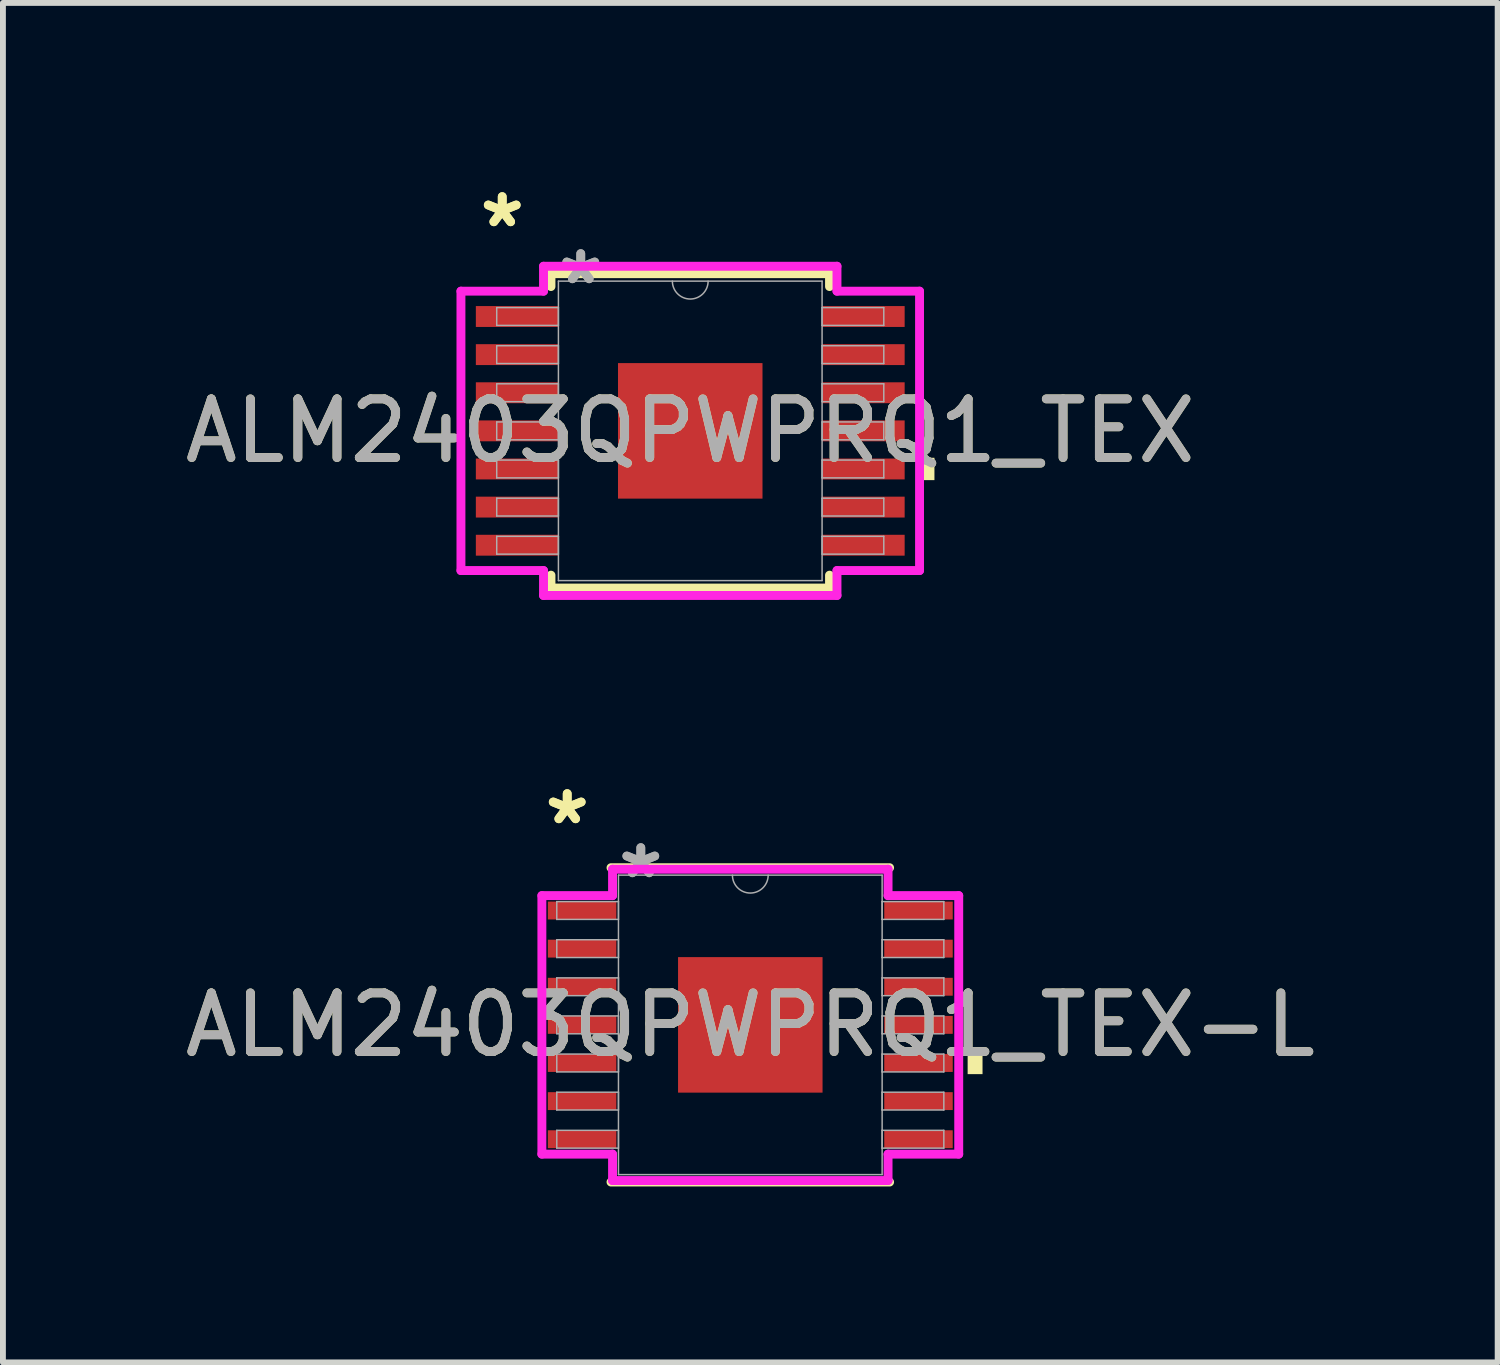
<source format=kicad_pcb>
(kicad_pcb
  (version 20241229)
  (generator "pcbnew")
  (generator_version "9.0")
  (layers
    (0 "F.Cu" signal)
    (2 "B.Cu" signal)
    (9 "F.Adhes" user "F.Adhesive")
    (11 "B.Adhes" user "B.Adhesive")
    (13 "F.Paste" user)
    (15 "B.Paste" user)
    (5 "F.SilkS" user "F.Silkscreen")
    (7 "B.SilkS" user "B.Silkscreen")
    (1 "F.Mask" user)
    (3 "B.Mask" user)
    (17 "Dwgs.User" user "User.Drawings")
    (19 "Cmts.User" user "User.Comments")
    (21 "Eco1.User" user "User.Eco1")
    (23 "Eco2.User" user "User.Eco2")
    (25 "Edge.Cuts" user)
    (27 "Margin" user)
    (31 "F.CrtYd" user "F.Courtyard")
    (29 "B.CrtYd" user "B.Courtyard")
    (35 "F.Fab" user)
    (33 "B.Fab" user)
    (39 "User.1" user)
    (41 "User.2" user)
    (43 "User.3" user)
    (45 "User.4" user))
  (footprint "ALM2403QPWPRQ1_TEX-L"
    (layer "F.Cu")
    (at 9.744 14.426)
    (property "Reference" "ALM2403QPWPRQ1_TEX-L" (at 0 0 0) (unlocked yes) (layer "F.SilkS") (effects (font (size 1 1) (thickness 0.15))))
    (attr smd)
    (fp_line (start -2.375 2.68) (end 2.375 2.68) (stroke (width 0.152) (type solid)) (layer "F.SilkS"))
    (fp_line (start 2.375 -2.68) (end -2.375 -2.68) (stroke (width 0.152) (type solid)) (layer "F.SilkS"))
    (fp_poly (pts (xy 3.96 0.459) (xy 3.96 0.84) (xy 3.706 0.84) (xy 3.706 0.459)) (stroke (width 0) (type solid)) (fill yes) (layer "F.SilkS"))
    (fp_line (start -3.554 -2.204) (end -2.349 -2.204) (stroke (width 0.152) (type solid)) (layer "F.CrtYd"))
    (fp_line (start -3.554 2.204) (end -3.554 -2.204) (stroke (width 0.152) (type solid)) (layer "F.CrtYd"))
    (fp_line (start -3.554 2.204) (end -2.349 2.204) (stroke (width 0.152) (type solid)) (layer "F.CrtYd"))
    (fp_line (start -2.349 -2.654) (end 2.349 -2.654) (stroke (width 0.152) (type solid)) (layer "F.CrtYd"))
    (fp_line (start -2.349 -2.204) (end -2.349 -2.654) (stroke (width 0.152) (type solid)) (layer "F.CrtYd"))
    (fp_line (start -2.349 2.654) (end -2.349 2.204) (stroke (width 0.152) (type solid)) (layer "F.CrtYd"))
    (fp_line (start 2.349 -2.654) (end 2.349 -2.204) (stroke (width 0.152) (type solid)) (layer "F.CrtYd"))
    (fp_line (start 2.349 2.204) (end 2.349 2.654) (stroke (width 0.152) (type solid)) (layer "F.CrtYd"))
    (fp_line (start 2.349 2.654) (end -2.349 2.654) (stroke (width 0.152) (type solid)) (layer "F.CrtYd"))
    (fp_line (start 3.554 -2.204) (end 2.349 -2.204) (stroke (width 0.152) (type solid)) (layer "F.CrtYd"))
    (fp_line (start 3.554 -2.204) (end 3.554 2.204) (stroke (width 0.152) (type solid)) (layer "F.CrtYd"))
    (fp_line (start 3.554 2.204) (end 2.349 2.204) (stroke (width 0.152) (type solid)) (layer "F.CrtYd"))
    (fp_line (start -3.3 -2.102) (end -3.3 -1.798) (stroke (width 0.025) (type solid)) (layer "F.Fab"))
    (fp_line (start -3.3 -1.798) (end -2.248 -1.798) (stroke (width 0.025) (type solid)) (layer "F.Fab"))
    (fp_line (start -3.3 -1.452) (end -3.3 -1.148) (stroke (width 0.025) (type solid)) (layer "F.Fab"))
    (fp_line (start -3.3 -1.148) (end -2.248 -1.148) (stroke (width 0.025) (type solid)) (layer "F.Fab"))
    (fp_line (start -3.3 -0.802) (end -3.3 -0.498) (stroke (width 0.025) (type solid)) (layer "F.Fab"))
    (fp_line (start -3.3 -0.498) (end -2.248 -0.498) (stroke (width 0.025) (type solid)) (layer "F.Fab"))
    (fp_line (start -3.3 -0.152) (end -3.3 0.152) (stroke (width 0.025) (type solid)) (layer "F.Fab"))
    (fp_line (start -3.3 0.152) (end -2.248 0.152) (stroke (width 0.025) (type solid)) (layer "F.Fab"))
    (fp_line (start -3.3 0.498) (end -3.3 0.802) (stroke (width 0.025) (type solid)) (layer "F.Fab"))
    (fp_line (start -3.3 0.802) (end -2.248 0.802) (stroke (width 0.025) (type solid)) (layer "F.Fab"))
    (fp_line (start -3.3 1.148) (end -3.3 1.452) (stroke (width 0.025) (type solid)) (layer "F.Fab"))
    (fp_line (start -3.3 1.452) (end -2.248 1.452) (stroke (width 0.025) (type solid)) (layer "F.Fab"))
    (fp_line (start -3.3 1.798) (end -3.3 2.102) (stroke (width 0.025) (type solid)) (layer "F.Fab"))
    (fp_line (start -3.3 2.102) (end -2.248 2.102) (stroke (width 0.025) (type solid)) (layer "F.Fab"))
    (fp_line (start -2.248 -2.553) (end -2.248 2.553) (stroke (width 0.025) (type solid)) (layer "F.Fab"))
    (fp_line (start -2.248 -2.102) (end -3.3 -2.102) (stroke (width 0.025) (type solid)) (layer "F.Fab"))
    (fp_line (start -2.248 -1.798) (end -2.248 -2.102) (stroke (width 0.025) (type solid)) (layer "F.Fab"))
    (fp_line (start -2.248 -1.452) (end -3.3 -1.452) (stroke (width 0.025) (type solid)) (layer "F.Fab"))
    (fp_line (start -2.248 -1.148) (end -2.248 -1.452) (stroke (width 0.025) (type solid)) (layer "F.Fab"))
    (fp_line (start -2.248 -0.802) (end -3.3 -0.802) (stroke (width 0.025) (type solid)) (layer "F.Fab"))
    (fp_line (start -2.248 -0.498) (end -2.248 -0.802) (stroke (width 0.025) (type solid)) (layer "F.Fab"))
    (fp_line (start -2.248 -0.152) (end -3.3 -0.152) (stroke (width 0.025) (type solid)) (layer "F.Fab"))
    (fp_line (start -2.248 0.152) (end -2.248 -0.152) (stroke (width 0.025) (type solid)) (layer "F.Fab"))
    (fp_line (start -2.248 0.498) (end -3.3 0.498) (stroke (width 0.025) (type solid)) (layer "F.Fab"))
    (fp_line (start -2.248 0.802) (end -2.248 0.498) (stroke (width 0.025) (type solid)) (layer "F.Fab"))
    (fp_line (start -2.248 1.148) (end -3.3 1.148) (stroke (width 0.025) (type solid)) (layer "F.Fab"))
    (fp_line (start -2.248 1.452) (end -2.248 1.148) (stroke (width 0.025) (type solid)) (layer "F.Fab"))
    (fp_line (start -2.248 1.798) (end -3.3 1.798) (stroke (width 0.025) (type solid)) (layer "F.Fab"))
    (fp_line (start -2.248 2.102) (end -2.248 1.798) (stroke (width 0.025) (type solid)) (layer "F.Fab"))
    (fp_line (start -2.248 2.553) (end 2.248 2.553) (stroke (width 0.025) (type solid)) (layer "F.Fab"))
    (fp_line (start 2.248 -2.553) (end -2.248 -2.553) (stroke (width 0.025) (type solid)) (layer "F.Fab"))
    (fp_line (start 2.248 -2.102) (end 2.248 -1.798) (stroke (width 0.025) (type solid)) (layer "F.Fab"))
    (fp_line (start 2.248 -1.798) (end 3.3 -1.798) (stroke (width 0.025) (type solid)) (layer "F.Fab"))
    (fp_line (start 2.248 -1.452) (end 2.248 -1.148) (stroke (width 0.025) (type solid)) (layer "F.Fab"))
    (fp_line (start 2.248 -1.148) (end 3.3 -1.148) (stroke (width 0.025) (type solid)) (layer "F.Fab"))
    (fp_line (start 2.248 -0.802) (end 2.248 -0.498) (stroke (width 0.025) (type solid)) (layer "F.Fab"))
    (fp_line (start 2.248 -0.498) (end 3.3 -0.498) (stroke (width 0.025) (type solid)) (layer "F.Fab"))
    (fp_line (start 2.248 -0.152) (end 2.248 0.152) (stroke (width 0.025) (type solid)) (layer "F.Fab"))
    (fp_line (start 2.248 0.152) (end 3.3 0.152) (stroke (width 0.025) (type solid)) (layer "F.Fab"))
    (fp_line (start 2.248 0.498) (end 2.248 0.802) (stroke (width 0.025) (type solid)) (layer "F.Fab"))
    (fp_line (start 2.248 0.802) (end 3.3 0.802) (stroke (width 0.025) (type solid)) (layer "F.Fab"))
    (fp_line (start 2.248 1.148) (end 2.248 1.452) (stroke (width 0.025) (type solid)) (layer "F.Fab"))
    (fp_line (start 2.248 1.452) (end 3.3 1.452) (stroke (width 0.025) (type solid)) (layer "F.Fab"))
    (fp_line (start 2.248 1.798) (end 2.248 2.102) (stroke (width 0.025) (type solid)) (layer "F.Fab"))
    (fp_line (start 2.248 2.102) (end 3.3 2.102) (stroke (width 0.025) (type solid)) (layer "F.Fab"))
    (fp_line (start 2.248 2.553) (end 2.248 -2.553) (stroke (width 0.025) (type solid)) (layer "F.Fab"))
    (fp_line (start 3.3 -2.102) (end 2.248 -2.102) (stroke (width 0.025) (type solid)) (layer "F.Fab"))
    (fp_line (start 3.3 -1.798) (end 3.3 -2.102) (stroke (width 0.025) (type solid)) (layer "F.Fab"))
    (fp_line (start 3.3 -1.452) (end 2.248 -1.452) (stroke (width 0.025) (type solid)) (layer "F.Fab"))
    (fp_line (start 3.3 -1.148) (end 3.3 -1.452) (stroke (width 0.025) (type solid)) (layer "F.Fab"))
    (fp_line (start 3.3 -0.802) (end 2.248 -0.802) (stroke (width 0.025) (type solid)) (layer "F.Fab"))
    (fp_line (start 3.3 -0.498) (end 3.3 -0.802) (stroke (width 0.025) (type solid)) (layer "F.Fab"))
    (fp_line (start 3.3 -0.152) (end 2.248 -0.152) (stroke (width 0.025) (type solid)) (layer "F.Fab"))
    (fp_line (start 3.3 0.152) (end 3.3 -0.152) (stroke (width 0.025) (type solid)) (layer "F.Fab"))
    (fp_line (start 3.3 0.498) (end 2.248 0.498) (stroke (width 0.025) (type solid)) (layer "F.Fab"))
    (fp_line (start 3.3 0.802) (end 3.3 0.498) (stroke (width 0.025) (type solid)) (layer "F.Fab"))
    (fp_line (start 3.3 1.148) (end 2.248 1.148) (stroke (width 0.025) (type solid)) (layer "F.Fab"))
    (fp_line (start 3.3 1.452) (end 3.3 1.148) (stroke (width 0.025) (type solid)) (layer "F.Fab"))
    (fp_line (start 3.3 1.798) (end 2.248 1.798) (stroke (width 0.025) (type solid)) (layer "F.Fab"))
    (fp_line (start 3.3 2.102) (end 3.3 1.798) (stroke (width 0.025) (type solid)) (layer "F.Fab"))
    (fp_arc (start 0.3048 -2.5527) (mid 0 -2.2479) (end -0.3048 -2.5527) (stroke (width 0.0254) (type solid)) (layer "F.Fab"))
    (fp_text user "*" (at -3.122 -3.398 0) (layer "F.SilkS") (effects (font (size 1 1) (thickness 0.15))))
    (fp_text user "*" (at -3.122 -3.398 0) (unlocked yes) (layer "F.SilkS") (effects (font (size 1 1) (thickness 0.15))))
    (fp_text user "*" (at -1.867 -2.477 0) (layer "F.Fab") (effects (font (size 1 1) (thickness 0.15))))
    (fp_text user "${REFERENCE}" (at 0 0 0) (unlocked yes) (layer "F.Fab") (effects (font (size 1 1) (thickness 0.15))))
    (fp_text user "*" (at -1.867 -2.477 0) (unlocked yes) (layer "F.Fab") (effects (font (size 1 1) (thickness 0.15))))
    (pad "1" smd rect (at -2.868 -1.95) (size 1.168 0.305) (layers "F.Cu" "F.Mask" "F.Paste"))
    (pad "2" smd rect (at -2.868 -1.3) (size 1.168 0.305) (layers "F.Cu" "F.Mask" "F.Paste"))
    (pad "3" smd rect (at -2.868 -0.65) (size 1.168 0.305) (layers "F.Cu" "F.Mask" "F.Paste"))
    (pad "4" smd rect (at -2.868 0) (size 1.168 0.305) (layers "F.Cu" "F.Mask" "F.Paste"))
    (pad "5" smd rect (at -2.868 0.65) (size 1.168 0.305) (layers "F.Cu" "F.Mask" "F.Paste"))
    (pad "6" smd rect (at -2.868 1.3) (size 1.168 0.305) (layers "F.Cu" "F.Mask" "F.Paste"))
    (pad "7" smd rect (at -2.868 1.95) (size 1.168 0.305) (layers "F.Cu" "F.Mask" "F.Paste"))
    (pad "8" smd rect (at 2.868 1.95) (size 1.168 0.305) (layers "F.Cu" "F.Mask" "F.Paste"))
    (pad "9" smd rect (at 2.868 1.3) (size 1.168 0.305) (layers "F.Cu" "F.Mask" "F.Paste"))
    (pad "10" smd rect (at 2.868 0.65) (size 1.168 0.305) (layers "F.Cu" "F.Mask" "F.Paste"))
    (pad "11" smd rect (at 2.868 0) (size 1.168 0.305) (layers "F.Cu" "F.Mask" "F.Paste"))
    (pad "12" smd rect (at 2.868 -0.65) (size 1.168 0.305) (layers "F.Cu" "F.Mask" "F.Paste"))
    (pad "13" smd rect (at 2.868 -1.3) (size 1.168 0.305) (layers "F.Cu" "F.Mask" "F.Paste"))
    (pad "14" smd rect (at 2.868 -1.95) (size 1.168 0.305) (layers "F.Cu" "F.Mask" "F.Paste"))
    (pad "EPAD" smd rect (at 0 0) (size 2.464 2.311) (layers "F.Cu" "F.Mask" "F.Paste")))
  (footprint "ALM2403QPWPRQ1_TEX"
    (layer "F.Cu")
    (at 8.72 4.297)
    (property "Reference" "ALM2403QPWPRQ1_TEX" (at 0 0 0) (unlocked yes) (layer "F.SilkS") (effects (font (size 1 1) (thickness 0.15))))
    (attr smd)
    (fp_line (start -2.375 -2.68) (end -2.375 -2.461) (stroke (width 0.152) (type solid)) (layer "F.SilkS"))
    (fp_line (start -2.375 2.461) (end -2.375 2.68) (stroke (width 0.152) (type solid)) (layer "F.SilkS"))
    (fp_line (start -2.375 2.68) (end 2.375 2.68) (stroke (width 0.152) (type solid)) (layer "F.SilkS"))
    (fp_line (start 2.375 -2.68) (end -2.375 -2.68) (stroke (width 0.152) (type solid)) (layer "F.SilkS"))
    (fp_line (start 2.375 -2.461) (end 2.375 -2.68) (stroke (width 0.152) (type solid)) (layer "F.SilkS"))
    (fp_line (start 2.375 2.68) (end 2.375 2.461) (stroke (width 0.152) (type solid)) (layer "F.SilkS"))
    (fp_poly (pts (xy 4.164 0.459) (xy 4.164 0.84) (xy 3.91 0.84) (xy 3.91 0.459)) (stroke (width 0) (type solid)) (fill yes) (layer "F.SilkS"))
    (fp_line (start -3.91 -2.382) (end -2.502 -2.382) (stroke (width 0.152) (type solid)) (layer "F.CrtYd"))
    (fp_line (start -3.91 2.382) (end -3.91 -2.382) (stroke (width 0.152) (type solid)) (layer "F.CrtYd"))
    (fp_line (start -3.91 2.382) (end -2.502 2.382) (stroke (width 0.152) (type solid)) (layer "F.CrtYd"))
    (fp_line (start -2.502 -2.807) (end 2.502 -2.807) (stroke (width 0.152) (type solid)) (layer "F.CrtYd"))
    (fp_line (start -2.502 -2.382) (end -2.502 -2.807) (stroke (width 0.152) (type solid)) (layer "F.CrtYd"))
    (fp_line (start -2.502 2.807) (end -2.502 2.382) (stroke (width 0.152) (type solid)) (layer "F.CrtYd"))
    (fp_line (start 2.502 -2.807) (end 2.502 -2.382) (stroke (width 0.152) (type solid)) (layer "F.CrtYd"))
    (fp_line (start 2.502 2.382) (end 2.502 2.807) (stroke (width 0.152) (type solid)) (layer "F.CrtYd"))
    (fp_line (start 2.502 2.807) (end -2.502 2.807) (stroke (width 0.152) (type solid)) (layer "F.CrtYd"))
    (fp_line (start 3.91 -2.382) (end 2.502 -2.382) (stroke (width 0.152) (type solid)) (layer "F.CrtYd"))
    (fp_line (start 3.91 -2.382) (end 3.91 2.382) (stroke (width 0.152) (type solid)) (layer "F.CrtYd"))
    (fp_line (start 3.91 2.382) (end 2.502 2.382) (stroke (width 0.152) (type solid)) (layer "F.CrtYd"))
    (fp_line (start -3.3 -2.102) (end -3.3 -1.798) (stroke (width 0.025) (type solid)) (layer "F.Fab"))
    (fp_line (start -3.3 -1.798) (end -2.248 -1.798) (stroke (width 0.025) (type solid)) (layer "F.Fab"))
    (fp_line (start -3.3 -1.452) (end -3.3 -1.148) (stroke (width 0.025) (type solid)) (layer "F.Fab"))
    (fp_line (start -3.3 -1.148) (end -2.248 -1.148) (stroke (width 0.025) (type solid)) (layer "F.Fab"))
    (fp_line (start -3.3 -0.802) (end -3.3 -0.498) (stroke (width 0.025) (type solid)) (layer "F.Fab"))
    (fp_line (start -3.3 -0.498) (end -2.248 -0.498) (stroke (width 0.025) (type solid)) (layer "F.Fab"))
    (fp_line (start -3.3 -0.152) (end -3.3 0.152) (stroke (width 0.025) (type solid)) (layer "F.Fab"))
    (fp_line (start -3.3 0.152) (end -2.248 0.152) (stroke (width 0.025) (type solid)) (layer "F.Fab"))
    (fp_line (start -3.3 0.498) (end -3.3 0.802) (stroke (width 0.025) (type solid)) (layer "F.Fab"))
    (fp_line (start -3.3 0.802) (end -2.248 0.802) (stroke (width 0.025) (type solid)) (layer "F.Fab"))
    (fp_line (start -3.3 1.148) (end -3.3 1.452) (stroke (width 0.025) (type solid)) (layer "F.Fab"))
    (fp_line (start -3.3 1.452) (end -2.248 1.452) (stroke (width 0.025) (type solid)) (layer "F.Fab"))
    (fp_line (start -3.3 1.798) (end -3.3 2.102) (stroke (width 0.025) (type solid)) (layer "F.Fab"))
    (fp_line (start -3.3 2.102) (end -2.248 2.102) (stroke (width 0.025) (type solid)) (layer "F.Fab"))
    (fp_line (start -2.248 -2.553) (end -2.248 2.553) (stroke (width 0.025) (type solid)) (layer "F.Fab"))
    (fp_line (start -2.248 -2.102) (end -3.3 -2.102) (stroke (width 0.025) (type solid)) (layer "F.Fab"))
    (fp_line (start -2.248 -1.798) (end -2.248 -2.102) (stroke (width 0.025) (type solid)) (layer "F.Fab"))
    (fp_line (start -2.248 -1.452) (end -3.3 -1.452) (stroke (width 0.025) (type solid)) (layer "F.Fab"))
    (fp_line (start -2.248 -1.148) (end -2.248 -1.452) (stroke (width 0.025) (type solid)) (layer "F.Fab"))
    (fp_line (start -2.248 -0.802) (end -3.3 -0.802) (stroke (width 0.025) (type solid)) (layer "F.Fab"))
    (fp_line (start -2.248 -0.498) (end -2.248 -0.802) (stroke (width 0.025) (type solid)) (layer "F.Fab"))
    (fp_line (start -2.248 -0.152) (end -3.3 -0.152) (stroke (width 0.025) (type solid)) (layer "F.Fab"))
    (fp_line (start -2.248 0.152) (end -2.248 -0.152) (stroke (width 0.025) (type solid)) (layer "F.Fab"))
    (fp_line (start -2.248 0.498) (end -3.3 0.498) (stroke (width 0.025) (type solid)) (layer "F.Fab"))
    (fp_line (start -2.248 0.802) (end -2.248 0.498) (stroke (width 0.025) (type solid)) (layer "F.Fab"))
    (fp_line (start -2.248 1.148) (end -3.3 1.148) (stroke (width 0.025) (type solid)) (layer "F.Fab"))
    (fp_line (start -2.248 1.452) (end -2.248 1.148) (stroke (width 0.025) (type solid)) (layer "F.Fab"))
    (fp_line (start -2.248 1.798) (end -3.3 1.798) (stroke (width 0.025) (type solid)) (layer "F.Fab"))
    (fp_line (start -2.248 2.102) (end -2.248 1.798) (stroke (width 0.025) (type solid)) (layer "F.Fab"))
    (fp_line (start -2.248 2.553) (end 2.248 2.553) (stroke (width 0.025) (type solid)) (layer "F.Fab"))
    (fp_line (start 2.248 -2.553) (end -2.248 -2.553) (stroke (width 0.025) (type solid)) (layer "F.Fab"))
    (fp_line (start 2.248 -2.102) (end 2.248 -1.798) (stroke (width 0.025) (type solid)) (layer "F.Fab"))
    (fp_line (start 2.248 -1.798) (end 3.3 -1.798) (stroke (width 0.025) (type solid)) (layer "F.Fab"))
    (fp_line (start 2.248 -1.452) (end 2.248 -1.148) (stroke (width 0.025) (type solid)) (layer "F.Fab"))
    (fp_line (start 2.248 -1.148) (end 3.3 -1.148) (stroke (width 0.025) (type solid)) (layer "F.Fab"))
    (fp_line (start 2.248 -0.802) (end 2.248 -0.498) (stroke (width 0.025) (type solid)) (layer "F.Fab"))
    (fp_line (start 2.248 -0.498) (end 3.3 -0.498) (stroke (width 0.025) (type solid)) (layer "F.Fab"))
    (fp_line (start 2.248 -0.152) (end 2.248 0.152) (stroke (width 0.025) (type solid)) (layer "F.Fab"))
    (fp_line (start 2.248 0.152) (end 3.3 0.152) (stroke (width 0.025) (type solid)) (layer "F.Fab"))
    (fp_line (start 2.248 0.498) (end 2.248 0.802) (stroke (width 0.025) (type solid)) (layer "F.Fab"))
    (fp_line (start 2.248 0.802) (end 3.3 0.802) (stroke (width 0.025) (type solid)) (layer "F.Fab"))
    (fp_line (start 2.248 1.148) (end 2.248 1.452) (stroke (width 0.025) (type solid)) (layer "F.Fab"))
    (fp_line (start 2.248 1.452) (end 3.3 1.452) (stroke (width 0.025) (type solid)) (layer "F.Fab"))
    (fp_line (start 2.248 1.798) (end 2.248 2.102) (stroke (width 0.025) (type solid)) (layer "F.Fab"))
    (fp_line (start 2.248 2.102) (end 3.3 2.102) (stroke (width 0.025) (type solid)) (layer "F.Fab"))
    (fp_line (start 2.248 2.553) (end 2.248 -2.553) (stroke (width 0.025) (type solid)) (layer "F.Fab"))
    (fp_line (start 3.3 -2.102) (end 2.248 -2.102) (stroke (width 0.025) (type solid)) (layer "F.Fab"))
    (fp_line (start 3.3 -1.798) (end 3.3 -2.102) (stroke (width 0.025) (type solid)) (layer "F.Fab"))
    (fp_line (start 3.3 -1.452) (end 2.248 -1.452) (stroke (width 0.025) (type solid)) (layer "F.Fab"))
    (fp_line (start 3.3 -1.148) (end 3.3 -1.452) (stroke (width 0.025) (type solid)) (layer "F.Fab"))
    (fp_line (start 3.3 -0.802) (end 2.248 -0.802) (stroke (width 0.025) (type solid)) (layer "F.Fab"))
    (fp_line (start 3.3 -0.498) (end 3.3 -0.802) (stroke (width 0.025) (type solid)) (layer "F.Fab"))
    (fp_line (start 3.3 -0.152) (end 2.248 -0.152) (stroke (width 0.025) (type solid)) (layer "F.Fab"))
    (fp_line (start 3.3 0.152) (end 3.3 -0.152) (stroke (width 0.025) (type solid)) (layer "F.Fab"))
    (fp_line (start 3.3 0.498) (end 2.248 0.498) (stroke (width 0.025) (type solid)) (layer "F.Fab"))
    (fp_line (start 3.3 0.802) (end 3.3 0.498) (stroke (width 0.025) (type solid)) (layer "F.Fab"))
    (fp_line (start 3.3 1.148) (end 2.248 1.148) (stroke (width 0.025) (type solid)) (layer "F.Fab"))
    (fp_line (start 3.3 1.452) (end 3.3 1.148) (stroke (width 0.025) (type solid)) (layer "F.Fab"))
    (fp_line (start 3.3 1.798) (end 2.248 1.798) (stroke (width 0.025) (type solid)) (layer "F.Fab"))
    (fp_line (start 3.3 2.102) (end 3.3 1.798) (stroke (width 0.025) (type solid)) (layer "F.Fab"))
    (fp_arc (start 0.3048 -2.5527) (mid 0 -2.2479) (end -0.3048 -2.5527) (stroke (width 0.0254) (type solid)) (layer "F.Fab"))
    (fp_text user "*" (at -3.206 -3.449 0) (unlocked yes) (layer "F.SilkS") (effects (font (size 1 1) (thickness 0.15))))
    (fp_text user "*" (at -3.206 -3.449 0) (layer "F.SilkS") (effects (font (size 1 1) (thickness 0.15))))
    (fp_text user "${REFERENCE}" (at 0 0 0) (unlocked yes) (layer "F.Fab") (effects (font (size 1 1) (thickness 0.15))))
    (fp_text user "*" (at -1.867 -2.477 0) (unlocked yes) (layer "F.Fab") (effects (font (size 1 1) (thickness 0.15))))
    (fp_text user "*" (at -1.867 -2.477 0) (layer "F.Fab") (effects (font (size 1 1) (thickness 0.15))))
    (pad "1" smd rect (at -2.952 -1.95) (size 1.408 0.356) (layers "F.Cu" "F.Mask" "F.Paste"))
    (pad "2" smd rect (at -2.952 -1.3) (size 1.408 0.356) (layers "F.Cu" "F.Mask" "F.Paste"))
    (pad "3" smd rect (at -2.952 -0.65) (size 1.408 0.356) (layers "F.Cu" "F.Mask" "F.Paste"))
    (pad "4" smd rect (at -2.952 0) (size 1.408 0.356) (layers "F.Cu" "F.Mask" "F.Paste"))
    (pad "5" smd rect (at -2.952 0.65) (size 1.408 0.356) (layers "F.Cu" "F.Mask" "F.Paste"))
    (pad "6" smd rect (at -2.952 1.3) (size 1.408 0.356) (layers "F.Cu" "F.Mask" "F.Paste"))
    (pad "7" smd rect (at -2.952 1.95) (size 1.408 0.356) (layers "F.Cu" "F.Mask" "F.Paste"))
    (pad "8" smd rect (at 2.952 1.95) (size 1.408 0.356) (layers "F.Cu" "F.Mask" "F.Paste"))
    (pad "9" smd rect (at 2.952 1.3) (size 1.408 0.356) (layers "F.Cu" "F.Mask" "F.Paste"))
    (pad "10" smd rect (at 2.952 0.65) (size 1.408 0.356) (layers "F.Cu" "F.Mask" "F.Paste"))
    (pad "11" smd rect (at 2.952 0) (size 1.408 0.356) (layers "F.Cu" "F.Mask" "F.Paste"))
    (pad "12" smd rect (at 2.952 -0.65) (size 1.408 0.356) (layers "F.Cu" "F.Mask" "F.Paste"))
    (pad "13" smd rect (at 2.952 -1.3) (size 1.408 0.356) (layers "F.Cu" "F.Mask" "F.Paste"))
    (pad "14" smd rect (at 2.952 -1.95) (size 1.408 0.356) (layers "F.Cu" "F.Mask" "F.Paste"))
    (pad "EPAD" smd rect (at 0 0) (size 2.464 2.311) (layers "F.Cu" "F.Mask" "F.Paste")))
  (gr_rect
    (start -3 -3)
    (end 22.488 20.182)
    (stroke (width 0.1) (type default))
    (fill no)
    (layer "Edge.Cuts")))
</source>
